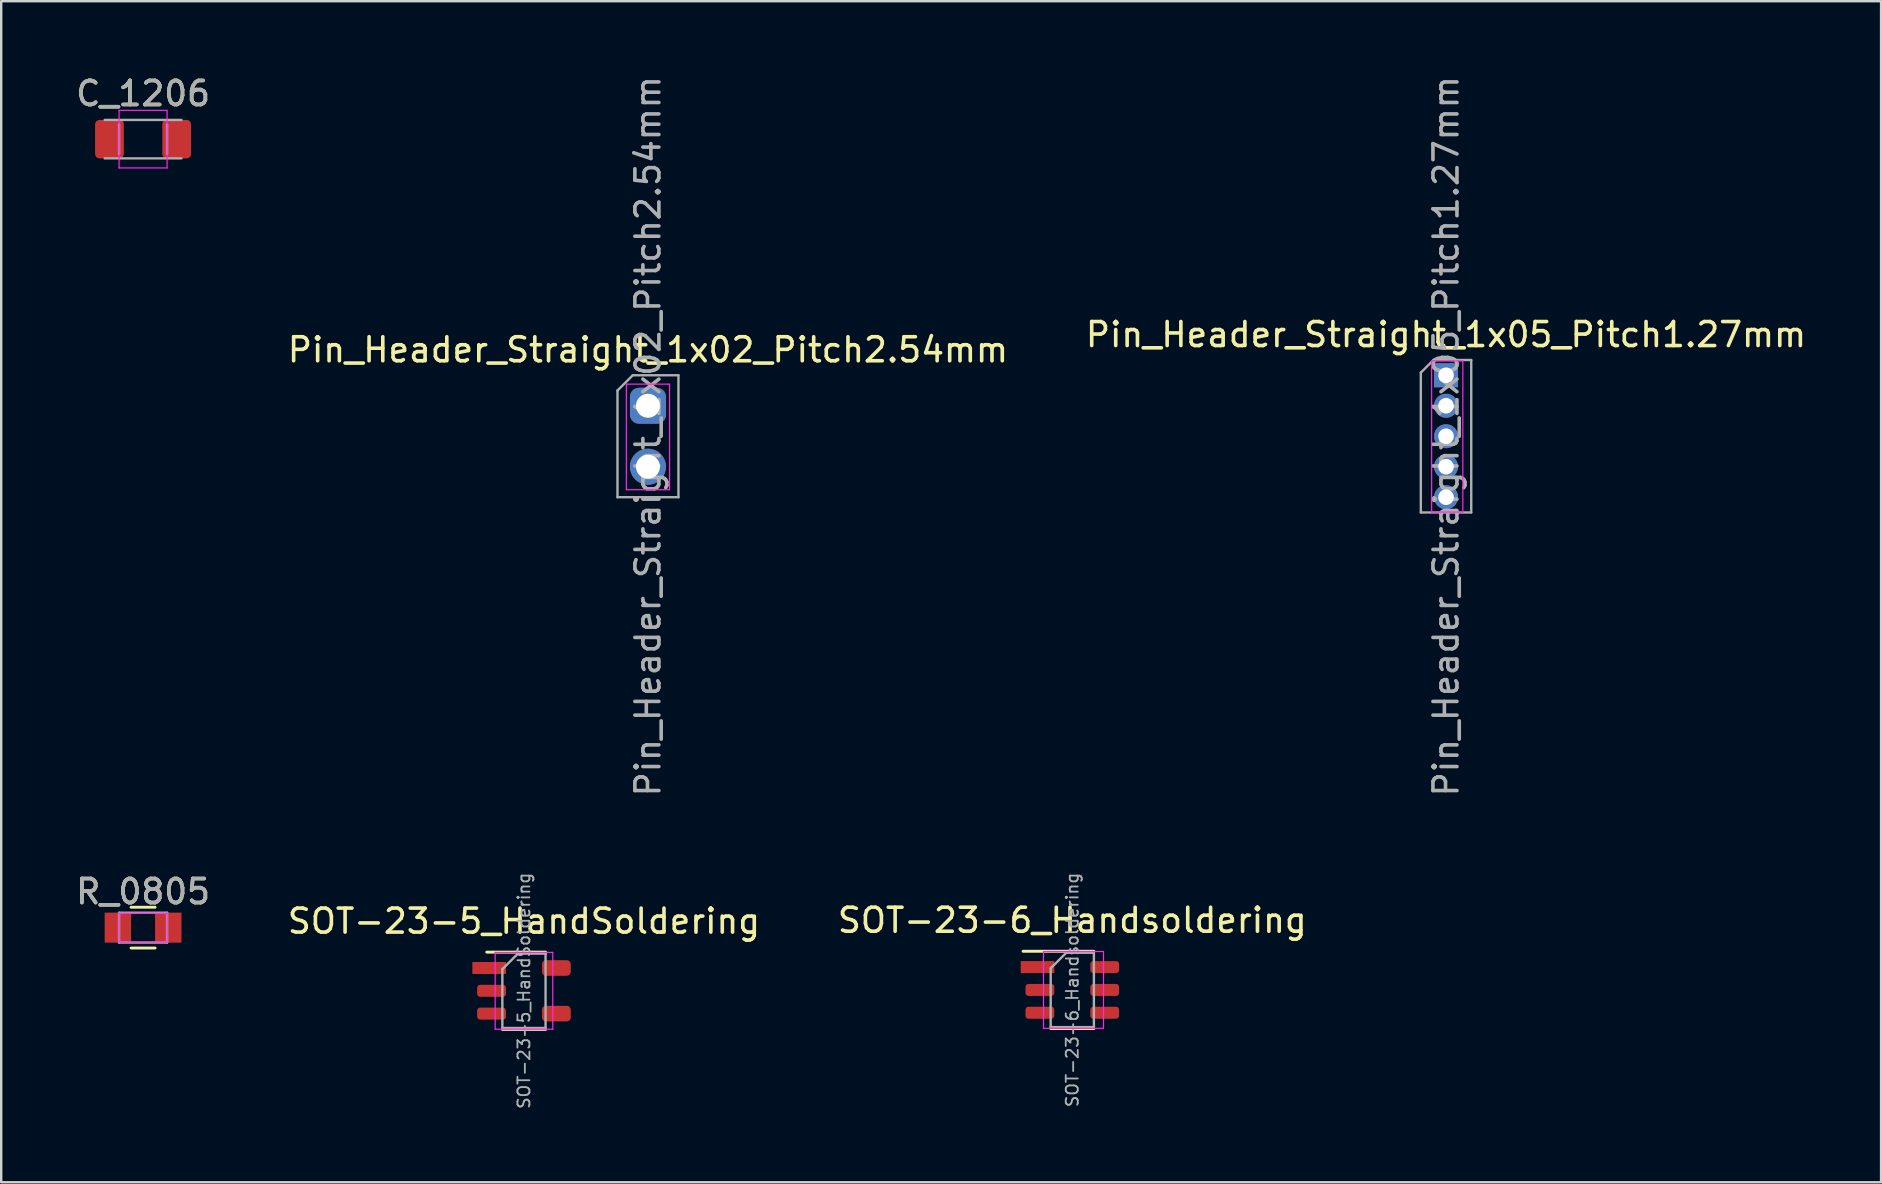
<source format=kicad_pcb>
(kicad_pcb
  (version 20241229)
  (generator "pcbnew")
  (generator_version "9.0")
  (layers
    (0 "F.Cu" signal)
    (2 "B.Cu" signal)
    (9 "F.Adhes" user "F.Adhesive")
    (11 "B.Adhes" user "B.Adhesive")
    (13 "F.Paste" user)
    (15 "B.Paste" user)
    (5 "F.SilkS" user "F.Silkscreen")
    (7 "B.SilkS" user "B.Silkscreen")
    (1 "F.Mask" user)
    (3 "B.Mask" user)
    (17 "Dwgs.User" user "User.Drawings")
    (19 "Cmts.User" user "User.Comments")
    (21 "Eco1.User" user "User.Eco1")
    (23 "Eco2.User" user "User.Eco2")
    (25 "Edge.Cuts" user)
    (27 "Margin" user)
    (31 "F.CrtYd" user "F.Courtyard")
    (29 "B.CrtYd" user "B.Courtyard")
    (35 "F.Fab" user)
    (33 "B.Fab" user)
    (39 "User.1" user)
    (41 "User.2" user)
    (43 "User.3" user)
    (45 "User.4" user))
  (footprint "SOT-23-6_Handsoldering"
    (layer "F.Cu")
    (at 41.625 38.193)
    (property "Reference" "SOT-23-6_Handsoldering" (at 0 -2.9 0) (layer "F.SilkS") (effects (font (size 1 1) (thickness 0.15))))
    (attr smd)
    (fp_line (start -0.9 1.61) (end 0.9 1.61) (stroke (width 0.12) (type solid)) (layer "F.SilkS"))
    (fp_line (start 0.9 -1.61) (end -2.05 -1.61) (stroke (width 0.12) (type solid)) (layer "F.SilkS"))
    (fp_line (start -1.2 -1.6) (end 1.3 -1.6) (stroke (width 0.05) (type solid)) (layer "F.CrtYd"))
    (fp_line (start -1.2 1.6) (end -1.2 -1.6) (stroke (width 0.05) (type solid)) (layer "F.CrtYd"))
    (fp_line (start 1.3 -1.6) (end 1.3 1.6) (stroke (width 0.05) (type solid)) (layer "F.CrtYd"))
    (fp_line (start 1.3 1.6) (end -1.2 1.6) (stroke (width 0.05) (type solid)) (layer "F.CrtYd"))
    (fp_line (start -0.9 -0.9) (end -0.9 1.55) (stroke (width 0.1) (type solid)) (layer "F.Fab"))
    (fp_line (start -0.9 -0.9) (end -0.25 -1.55) (stroke (width 0.1) (type solid)) (layer "F.Fab"))
    (fp_line (start 0.9 -1.55) (end -0.25 -1.55) (stroke (width 0.1) (type solid)) (layer "F.Fab"))
    (fp_line (start 0.9 -1.55) (end 0.9 1.55) (stroke (width 0.1) (type solid)) (layer "F.Fab"))
    (fp_line (start 0.9 1.55) (end -0.9 1.55) (stroke (width 0.1) (type solid)) (layer "F.Fab"))
    (fp_text user "${REFERENCE}" (at 0 0 90) (layer "F.Fab") (effects (font (size 0.5 0.5) (thickness 0.075))))
    (pad "1" smd rect (at -1.45 -0.95) (size 1.4 0.5) (layers "F.Cu" "F.Mask" "F.Paste"))
    (pad "2" smd roundrect (at -1.35 0) (size 1.2 0.5) (layers "F.Cu" "F.Mask" "F.Paste") (roundrect_rratio 0.25))
    (pad "3" smd roundrect (at -1.35 0.95) (size 1.2 0.5) (layers "F.Cu" "F.Mask" "F.Paste") (roundrect_rratio 0.25))
    (pad "4" smd roundrect (at 1.35 0.95) (size 1.2 0.5) (layers "F.Cu" "F.Mask" "F.Paste") (roundrect_rratio 0.25))
    (pad "5" smd roundrect (at 1.35 0) (size 1.2 0.5) (layers "F.Cu" "F.Mask" "F.Paste") (roundrect_rratio 0.25))
    (pad "6" smd roundrect (at 1.35 -0.95) (size 1.2 0.5) (layers "F.Cu" "F.Mask" "F.Paste") (roundrect_rratio 0.25)))
  (footprint "Pin_Header_Straight_1x02_Pitch2.54mm"
    (layer "F.Cu")
    (at 23.946 13.855)
    (property "Reference" "Pin_Header_Straight_1x02_Pitch2.54mm" (at 0 -2.33 0) (layer "F.SilkS") (effects (font (size 1 1) (thickness 0.15))))
    (attr through_hole)
    (fp_line (start -0.9 -0.9) (end -0.9 3.5) (stroke (width 0.05) (type solid)) (layer "F.CrtYd"))
    (fp_line (start -0.9 3.5) (end 0.9 3.5) (stroke (width 0.05) (type solid)) (layer "F.CrtYd"))
    (fp_line (start 0.9 -0.9) (end -0.9 -0.9) (stroke (width 0.05) (type solid)) (layer "F.CrtYd"))
    (fp_line (start 0.9 3.5) (end 0.9 -0.9) (stroke (width 0.05) (type solid)) (layer "F.CrtYd"))
    (fp_line (start -1.27 -0.635) (end -0.635 -1.27) (stroke (width 0.1) (type solid)) (layer "F.Fab"))
    (fp_line (start -1.27 3.81) (end -1.27 -0.635) (stroke (width 0.1) (type solid)) (layer "F.Fab"))
    (fp_line (start -0.635 -1.27) (end 1.27 -1.27) (stroke (width 0.1) (type solid)) (layer "F.Fab"))
    (fp_line (start 1.27 -1.27) (end 1.27 3.81) (stroke (width 0.1) (type solid)) (layer "F.Fab"))
    (fp_line (start 1.27 3.81) (end -1.27 3.81) (stroke (width 0.1) (type solid)) (layer "F.Fab"))
    (fp_text user "${REFERENCE}" (at 0 1.27 90) (layer "F.Fab") (effects (font (size 1 1) (thickness 0.15))))
    (pad "1" thru_hole roundrect (at 0 0) (size 1.5 1.5) (drill 1) (layers "*.Cu" "*.Mask") (roundrect_rratio 0.25))
    (pad "2" thru_hole oval (at 0 2.54) (size 1.5 1.5) (drill 1) (layers "*.Cu" "*.Mask")))
  (footprint "R_0805"
    (layer "F.Cu")
    (at 2.911 35.598)
    (property "Reference" "R_0805" (at 0 -1.5 0) (layer "F.SilkS") (effects (font (size 1 1) (thickness 0.15))))
    (attr smd)
    (fp_line (start -0.5 0.85) (end 0.5 0.85) (stroke (width 0.12) (type solid)) (layer "F.SilkS"))
    (fp_line (start 0.5 -0.85) (end -0.5 -0.85) (stroke (width 0.12) (type solid)) (layer "F.SilkS"))
    (fp_line (start -1 -0.6) (end -1 0.6) (stroke (width 0.05) (type solid)) (layer "F.CrtYd"))
    (fp_line (start -1 -0.6) (end 1 -0.6) (stroke (width 0.05) (type solid)) (layer "F.CrtYd"))
    (fp_line (start 1 0.6) (end -1 0.6) (stroke (width 0.05) (type solid)) (layer "F.CrtYd"))
    (fp_line (start 1 0.6) (end 1 -0.6) (stroke (width 0.05) (type solid)) (layer "F.CrtYd"))
    (fp_line (start -1 -0.62) (end 1 -0.62) (stroke (width 0.1) (type solid)) (layer "F.Fab"))
    (fp_line (start -1 0.62) (end -1 -0.62) (stroke (width 0.1) (type solid)) (layer "F.Fab"))
    (fp_line (start 1 -0.62) (end 1 0.62) (stroke (width 0.1) (type solid)) (layer "F.Fab"))
    (fp_line (start 1 0.62) (end -1 0.62) (stroke (width 0.1) (type solid)) (layer "F.Fab"))
    (fp_text user "${REFERENCE}" (at 0 -1.5 0) (layer "F.Fab") (effects (font (size 1 1) (thickness 0.15))))
    (pad "1" smd rect (at -1.05 0) (size 1.1 1.25) (layers "F.Cu" "F.Mask" "F.Paste"))
    (pad "2" smd rect (at 1.05 0) (size 1.1 1.25) (layers "F.Cu" "F.Mask" "F.Paste")))
  (footprint "SOT-23-5_HandSoldering"
    (layer "F.Cu")
    (at 18.78 38.229)
    (property "Reference" "SOT-23-5_HandSoldering" (at 0 -2.9 0) (layer "F.SilkS") (effects (font (size 1 1) (thickness 0.15))))
    (attr smd)
    (fp_line (start -0.9 1.61) (end 0.9 1.61) (stroke (width 0.12) (type solid)) (layer "F.SilkS"))
    (fp_line (start 0.9 -1.61) (end -1.55 -1.61) (stroke (width 0.12) (type solid)) (layer "F.SilkS"))
    (fp_line (start -1.2 -1.6) (end -1.2 1.6) (stroke (width 0.05) (type solid)) (layer "F.CrtYd"))
    (fp_line (start -1.2 -1.6) (end 1.2 -1.6) (stroke (width 0.05) (type solid)) (layer "F.CrtYd"))
    (fp_line (start 1.2 1.6) (end -1.2 1.6) (stroke (width 0.05) (type solid)) (layer "F.CrtYd"))
    (fp_line (start 1.2 1.6) (end 1.2 -1.6) (stroke (width 0.05) (type solid)) (layer "F.CrtYd"))
    (fp_line (start -0.9 -0.9) (end -0.9 1.55) (stroke (width 0.1) (type solid)) (layer "F.Fab"))
    (fp_line (start -0.9 -0.9) (end -0.25 -1.55) (stroke (width 0.1) (type solid)) (layer "F.Fab"))
    (fp_line (start 0.9 -1.55) (end -0.25 -1.55) (stroke (width 0.1) (type solid)) (layer "F.Fab"))
    (fp_line (start 0.9 -1.55) (end 0.9 1.55) (stroke (width 0.1) (type solid)) (layer "F.Fab"))
    (fp_line (start 0.9 1.55) (end -0.9 1.55) (stroke (width 0.1) (type solid)) (layer "F.Fab"))
    (fp_text user "${REFERENCE}" (at 0 0 90) (layer "F.Fab") (effects (font (size 0.5 0.5) (thickness 0.075))))
    (pad "1" smd rect (at -1.45 -0.95) (size 1.4 0.5) (layers "F.Cu" "F.Mask" "F.Paste"))
    (pad "2" smd roundrect (at -1.35 0) (size 1.2 0.5) (layers "F.Cu" "F.Mask" "F.Paste") (roundrect_rratio 0.25))
    (pad "3" smd roundrect (at -1.35 0.95) (size 1.2 0.5) (layers "F.Cu" "F.Mask" "F.Paste") (roundrect_rratio 0.25))
    (pad "4" smd roundrect (at 1.35 0.95) (size 1.2 0.65) (layers "F.Cu" "F.Mask" "F.Paste") (roundrect_rratio 0.25))
    (pad "5" smd roundrect (at 1.35 -0.95) (size 1.2 0.65) (layers "F.Cu" "F.Mask" "F.Paste") (roundrect_rratio 0.25)))
  (footprint "Pin_Header_Straight_1x05_Pitch1.27mm"
    (layer "F.Cu")
    (at 57.196 12.585)
    (property "Reference" "Pin_Header_Straight_1x05_Pitch1.27mm" (at 0 -1.695 0) (layer "F.SilkS") (effects (font (size 1 1) (thickness 0.15))))
    (attr through_hole)
    (fp_line (start -0.6 -0.6) (end -0.6 5.7) (stroke (width 0.05) (type solid)) (layer "F.CrtYd"))
    (fp_line (start -0.6 5.7) (end 0.7 5.7) (stroke (width 0.05) (type solid)) (layer "F.CrtYd"))
    (fp_line (start 0.7 -0.6) (end -0.6 -0.6) (stroke (width 0.05) (type solid)) (layer "F.CrtYd"))
    (fp_line (start 0.7 5.7) (end 0.7 -0.6) (stroke (width 0.05) (type solid)) (layer "F.CrtYd"))
    (fp_line (start -1.05 -0.11) (end -0.525 -0.635) (stroke (width 0.1) (type solid)) (layer "F.Fab"))
    (fp_line (start -1.05 5.715) (end -1.05 -0.11) (stroke (width 0.1) (type solid)) (layer "F.Fab"))
    (fp_line (start -0.525 -0.635) (end 1.05 -0.635) (stroke (width 0.1) (type solid)) (layer "F.Fab"))
    (fp_line (start 1.05 -0.635) (end 1.05 5.715) (stroke (width 0.1) (type solid)) (layer "F.Fab"))
    (fp_line (start 1.05 5.715) (end -1.05 5.715) (stroke (width 0.1) (type solid)) (layer "F.Fab"))
    (fp_text user "${REFERENCE}" (at 0 2.54 90) (layer "F.Fab") (effects (font (size 1 1) (thickness 0.15))))
    (pad "1" thru_hole rect (at 0 0) (size 1 1) (drill 0.65) (layers "*.Cu" "*.Mask"))
    (pad "2" thru_hole oval (at 0 1.27) (size 1 1) (drill 0.65) (layers "*.Cu" "*.Mask"))
    (pad "3" thru_hole oval (at 0 2.54) (size 1 1) (drill 0.65) (layers "*.Cu" "*.Mask"))
    (pad "4" thru_hole oval (at 0 3.81) (size 1 1) (drill 0.65) (layers "*.Cu" "*.Mask"))
    (pad "5" thru_hole oval (at 0 5.08) (size 1 1) (drill 0.65) (layers "*.Cu" "*.Mask")))
  (footprint "C_1206"
    (layer "F.Cu")
    (at 2.911 2.748)
    (property "Reference" "C_1206" (at 0 -1.9 0) (layer "F.SilkS") (effects (font (size 1 1) (thickness 0.15))))
    (attr smd)
    (fp_line (start -1 -1.2) (end -1 1.2) (stroke (width 0.05) (type solid)) (layer "F.CrtYd"))
    (fp_line (start -1 -1.2) (end 1 -1.2) (stroke (width 0.05) (type solid)) (layer "F.CrtYd"))
    (fp_line (start 1 1.2) (end -1 1.2) (stroke (width 0.05) (type solid)) (layer "F.CrtYd"))
    (fp_line (start 1 1.2) (end 1 -1.2) (stroke (width 0.05) (type solid)) (layer "F.CrtYd"))
    (fp_line (start -1.6 -0.8) (end 1.6 -0.8) (stroke (width 0.1) (type solid)) (layer "F.Fab"))
    (fp_line (start -1 0.62) (end -1 -0.62) (stroke (width 0.1) (type solid)) (layer "F.Fab"))
    (fp_line (start 1 -0.62) (end 1 0.62) (stroke (width 0.1) (type solid)) (layer "F.Fab"))
    (fp_line (start 1.6 0.8) (end -1.6 0.8) (stroke (width 0.1) (type solid)) (layer "F.Fab"))
    (fp_text user "${REFERENCE}" (at 0 -1.9 0) (layer "F.Fab") (effects (font (size 1 1) (thickness 0.15))))
    (pad "1" smd roundrect (at -1.4 0) (size 1.2 1.6) (layers "F.Cu" "F.Mask" "F.Paste") (roundrect_rratio 0.15))
    (pad "2" smd roundrect (at 1.4 0) (size 1.2 1.6) (layers "F.Cu" "F.Mask" "F.Paste") (roundrect_rratio 0.15)))
  (gr_rect
    (start -3 -3)
    (end 75.321 46.208)
    (stroke (width 0.1) (type default))
    (fill no)
    (layer "Edge.Cuts")))
</source>
